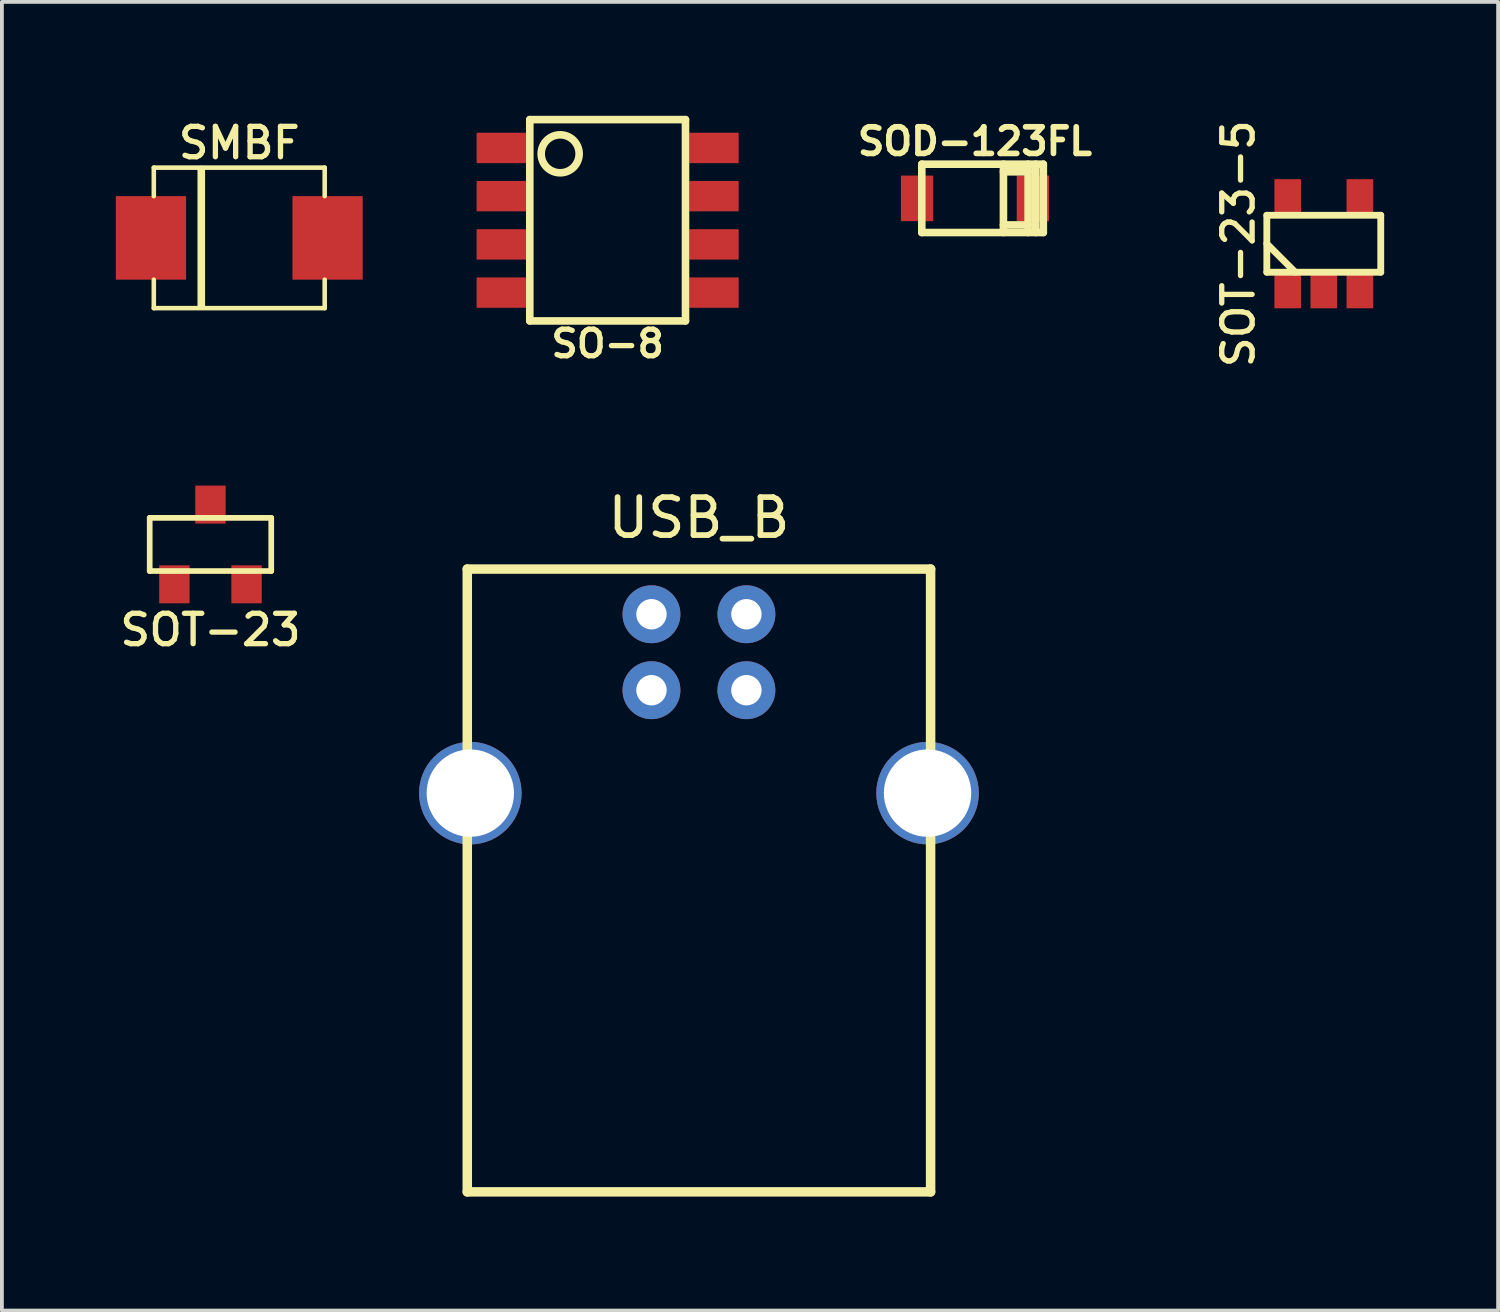
<source format=kicad_pcb>
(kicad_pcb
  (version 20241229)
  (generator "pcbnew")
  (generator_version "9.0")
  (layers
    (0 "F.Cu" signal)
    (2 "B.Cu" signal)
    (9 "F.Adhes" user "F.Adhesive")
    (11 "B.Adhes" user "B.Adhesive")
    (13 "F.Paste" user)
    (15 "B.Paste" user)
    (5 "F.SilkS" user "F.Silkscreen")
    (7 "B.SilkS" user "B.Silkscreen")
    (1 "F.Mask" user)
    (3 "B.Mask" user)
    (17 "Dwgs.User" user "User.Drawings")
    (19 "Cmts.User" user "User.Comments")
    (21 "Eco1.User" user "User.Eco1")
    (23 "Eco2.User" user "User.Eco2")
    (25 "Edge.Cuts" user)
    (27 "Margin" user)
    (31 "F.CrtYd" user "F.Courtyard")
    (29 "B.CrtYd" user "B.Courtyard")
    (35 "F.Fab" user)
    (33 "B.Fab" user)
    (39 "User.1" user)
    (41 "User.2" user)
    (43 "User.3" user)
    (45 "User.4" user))
  (footprint "USB_B"
    (layer "F.Cu")
    (at 15.354 17.834)
    (property "Reference" "USB_B" (at 0 -7.25 0) (layer "F.SilkS") (effects (font (size 1 1) (thickness 0.15))))
    (attr through_hole)
    (fp_line (start -6.1 -5.9) (end -6.1 10.5) (stroke (width 0.25) (type solid)) (layer "F.SilkS"))
    (fp_line (start -6.1 -5.9) (end 6.1 -5.9) (stroke (width 0.25) (type solid)) (layer "F.SilkS"))
    (fp_line (start -6.1 10.5) (end 6.1 10.5) (stroke (width 0.25) (type solid)) (layer "F.SilkS"))
    (fp_line (start 6.1 -5.9) (end 6.1 10.5) (stroke (width 0.25) (type solid)) (layer "F.SilkS"))
    (pad "1" thru_hole circle (at 1.25 -4.71) (size 1.524 1.524) (drill 0.8) (layers "*.Cu" "*.Mask"))
    (pad "2" thru_hole circle (at -1.25 -4.71) (size 1.524 1.524) (drill 0.8) (layers "*.Cu" "*.Mask"))
    (pad "3" thru_hole circle (at -1.25 -2.71) (size 1.524 1.524) (drill 0.8) (layers "*.Cu" "*.Mask"))
    (pad "4" thru_hole circle (at 1.25 -2.71) (size 1.524 1.524) (drill 0.8) (layers "*.Cu" "*.Mask"))
    (pad "5" thru_hole circle (at -6.02 0) (size 2.7 2.7) (drill 2.3) (layers "*.Cu" "*.Mask"))
    (pad "5" thru_hole circle (at 6.02 0) (size 2.7 2.7) (drill 2.3) (layers "*.Cu" "*.Mask")))
  (footprint "SOT-23-5"
    (layer "F.Cu")
    (at 31.807 3.368)
    (property "Reference" "SOT-23-5" (at -2.25 0 90) (layer "F.SilkS") (effects (font (size 0.8 0.8) (thickness 0.14))))
    (attr through_hole)
    (fp_line (start -1.5 -0.75) (end -1.5 0.75) (stroke (width 0.18) (type solid)) (layer "F.SilkS"))
    (fp_line (start -1.5 -0.75) (end 1.5 -0.75) (stroke (width 0.18) (type solid)) (layer "F.SilkS"))
    (fp_line (start -1.5 0) (end -0.75 0.75) (stroke (width 0.18) (type solid)) (layer "F.SilkS"))
    (fp_line (start 1.5 -0.75) (end 1.5 0.75) (stroke (width 0.18) (type solid)) (layer "F.SilkS"))
    (fp_line (start 1.5 0.75) (end -1.5 0.75) (stroke (width 0.18) (type solid)) (layer "F.SilkS"))
    (pad "1" smd rect (at -0.95 1.2) (size 0.7 1) (layers "F.Cu" "F.Mask" "F.Paste"))
    (pad "2" smd rect (at 0 1.2) (size 0.7 1) (layers "F.Cu" "F.Mask" "F.Paste"))
    (pad "3" smd rect (at 0.95 1.2) (size 0.7 1) (layers "F.Cu" "F.Mask" "F.Paste"))
    (pad "4" smd rect (at 0.95 -1.2) (size 0.7 1) (layers "F.Cu" "F.Mask" "F.Paste"))
    (pad "5" smd rect (at -0.95 -1.2) (size 0.7 1) (layers "F.Cu" "F.Mask" "F.Paste")))
  (footprint "SO-8"
    (layer "F.Cu")
    (at 12.95 2.75)
    (property "Reference" "SO-8" (at 0 3.25 0) (layer "F.SilkS") (effects (font (size 0.7 0.7) (thickness 0.14))))
    (attr smd)
    (fp_line (start -2.05 -2.65) (end 2.05 -2.65) (stroke (width 0.2) (type solid)) (layer "F.SilkS"))
    (fp_line (start -2.05 2.65) (end -2.05 -2.65) (stroke (width 0.2) (type solid)) (layer "F.SilkS"))
    (fp_line (start 2.05 -2.65) (end 2.05 2.65) (stroke (width 0.2) (type solid)) (layer "F.SilkS"))
    (fp_line (start 2.05 2.65) (end -2.05 2.65) (stroke (width 0.2) (type solid)) (layer "F.SilkS"))
    (fp_circle (center -1.25 -1.75) (end -0.75 -1.75) (stroke (width 0.2) (type solid)) (fill no) (layer "F.SilkS"))
    (pad "1" smd rect (at -2.8 -1.905) (size 1.3 0.8) (layers "F.Cu" "F.Mask" "F.Paste"))
    (pad "2" smd rect (at -2.8 -0.635) (size 1.3 0.8) (layers "F.Cu" "F.Mask" "F.Paste"))
    (pad "3" smd rect (at -2.8 0.635) (size 1.3 0.8) (layers "F.Cu" "F.Mask" "F.Paste"))
    (pad "4" smd rect (at -2.8 1.905) (size 1.3 0.8) (layers "F.Cu" "F.Mask" "F.Paste"))
    (pad "5" smd rect (at 2.8 1.905) (size 1.3 0.8) (layers "F.Cu" "F.Mask" "F.Paste"))
    (pad "6" smd rect (at 2.8 0.635) (size 1.3 0.8) (layers "F.Cu" "F.Mask" "F.Paste"))
    (pad "7" smd rect (at 2.8 -0.635) (size 1.3 0.8) (layers "F.Cu" "F.Mask" "F.Paste"))
    (pad "8" smd rect (at 2.8 -1.905) (size 1.3 0.8) (layers "F.Cu" "F.Mask" "F.Paste")))
  (footprint "SMBF"
    (layer "F.Cu")
    (at 3.25 3.214)
    (property "Reference" "SMBF" (at 0 -2.5 0) (layer "F.SilkS") (effects (font (size 0.8 0.8) (thickness 0.14))))
    (attr smd)
    (fp_line (start -2.25 -1.85) (end -2.25 -1.1) (stroke (width 0.12) (type solid)) (layer "F.SilkS"))
    (fp_line (start -2.25 -1.85) (end 2.25 -1.85) (stroke (width 0.12) (type solid)) (layer "F.SilkS"))
    (fp_line (start -2.25 1.85) (end -2.25 1.1) (stroke (width 0.12) (type solid)) (layer "F.SilkS"))
    (fp_line (start -1 -1.8) (end -1 1.8) (stroke (width 0.2) (type solid)) (layer "F.SilkS"))
    (fp_line (start 2.25 -1.85) (end 2.25 -1.1) (stroke (width 0.12) (type solid)) (layer "F.SilkS"))
    (fp_line (start 2.25 1.1) (end 2.25 1.85) (stroke (width 0.12) (type solid)) (layer "F.SilkS"))
    (fp_line (start 2.25 1.85) (end -2.25 1.85) (stroke (width 0.12) (type solid)) (layer "F.SilkS"))
    (pad "1" smd rect (at -2.325 0) (size 1.85 2.2) (layers "F.Cu" "F.Mask" "F.Paste"))
    (pad "2" smd rect (at 2.325 0) (size 1.85 2.2) (layers "F.Cu" "F.Mask" "F.Paste")))
  (footprint "SOD-123FL"
    (layer "F.Cu")
    (at 22.622 2.173)
    (property "Reference" "SOD-123FL" (at 0 -1.5 0) (layer "F.SilkS") (effects (font (size 0.7 0.7) (thickness 0.15))))
    (attr smd)
    (fp_line (start -1.4 -0.9) (end -1.4 0.9) (stroke (width 0.2) (type solid)) (layer "F.SilkS"))
    (fp_line (start -1.4 -0.9) (end 1.8 -0.9) (stroke (width 0.2) (type solid)) (layer "F.SilkS"))
    (fp_line (start -1.4 0.9) (end 1.8 0.9) (stroke (width 0.2) (type solid)) (layer "F.SilkS"))
    (fp_line (start 0.75 -0.9) (end 0.75 0.9) (stroke (width 0.2) (type solid)) (layer "F.SilkS"))
    (fp_line (start 0.75 -0.7) (end 1.4 -0.7) (stroke (width 0.2) (type solid)) (layer "F.SilkS"))
    (fp_line (start 0.75 0.7) (end 1.4 0.7) (stroke (width 0.2) (type solid)) (layer "F.SilkS"))
    (fp_line (start 1.4 -0.9) (end 1.4 0.9) (stroke (width 0.2) (type solid)) (layer "F.SilkS"))
    (fp_line (start 1.6 -0.9) (end 1.6 0.9) (stroke (width 0.2) (type solid)) (layer "F.SilkS"))
    (fp_line (start 1.8 -0.9) (end 1.8 0.9) (stroke (width 0.2) (type solid)) (layer "F.SilkS"))
    (pad "1" smd rect (at 1.525 0) (size 0.85 1.2) (layers "F.Cu" "F.Mask" "F.Paste"))
    (pad "2" smd rect (at -1.525 0) (size 0.85 1.2) (layers "F.Cu" "F.Mask" "F.Paste")))
  (footprint "SOT-23"
    (layer "F.Cu")
    (at 2.492 11.286)
    (property "Reference" "SOT-23" (at 0 2.25 0) (layer "F.SilkS") (effects (font (size 0.8 0.8) (thickness 0.14))))
    (attr smd)
    (fp_line (start -1.6 -0.7) (end -1.6 0.7) (stroke (width 0.15) (type solid)) (layer "F.SilkS"))
    (fp_line (start -1.6 0.7) (end 1.6 0.7) (stroke (width 0.15) (type solid)) (layer "F.SilkS"))
    (fp_line (start 1.6 -0.7) (end -1.6 -0.7) (stroke (width 0.15) (type solid)) (layer "F.SilkS"))
    (fp_line (start 1.6 0.7) (end 1.6 -0.7) (stroke (width 0.15) (type solid)) (layer "F.SilkS"))
    (pad "1" smd rect (at -0.95 1.05) (size 0.8 1) (layers "F.Cu" "F.Mask" "F.Paste"))
    (pad "2" smd rect (at 0.95 1.05) (size 0.8 1) (layers "F.Cu" "F.Mask" "F.Paste"))
    (pad "3" smd rect (at 0 -1.05) (size 0.8 1) (layers "F.Cu" "F.Mask" "F.Paste")))
  (gr_rect
    (start -3 -3)
    (end 36.397 31.459)
    (stroke (width 0.1) (type default))
    (fill no)
    (layer "Edge.Cuts")))
</source>
